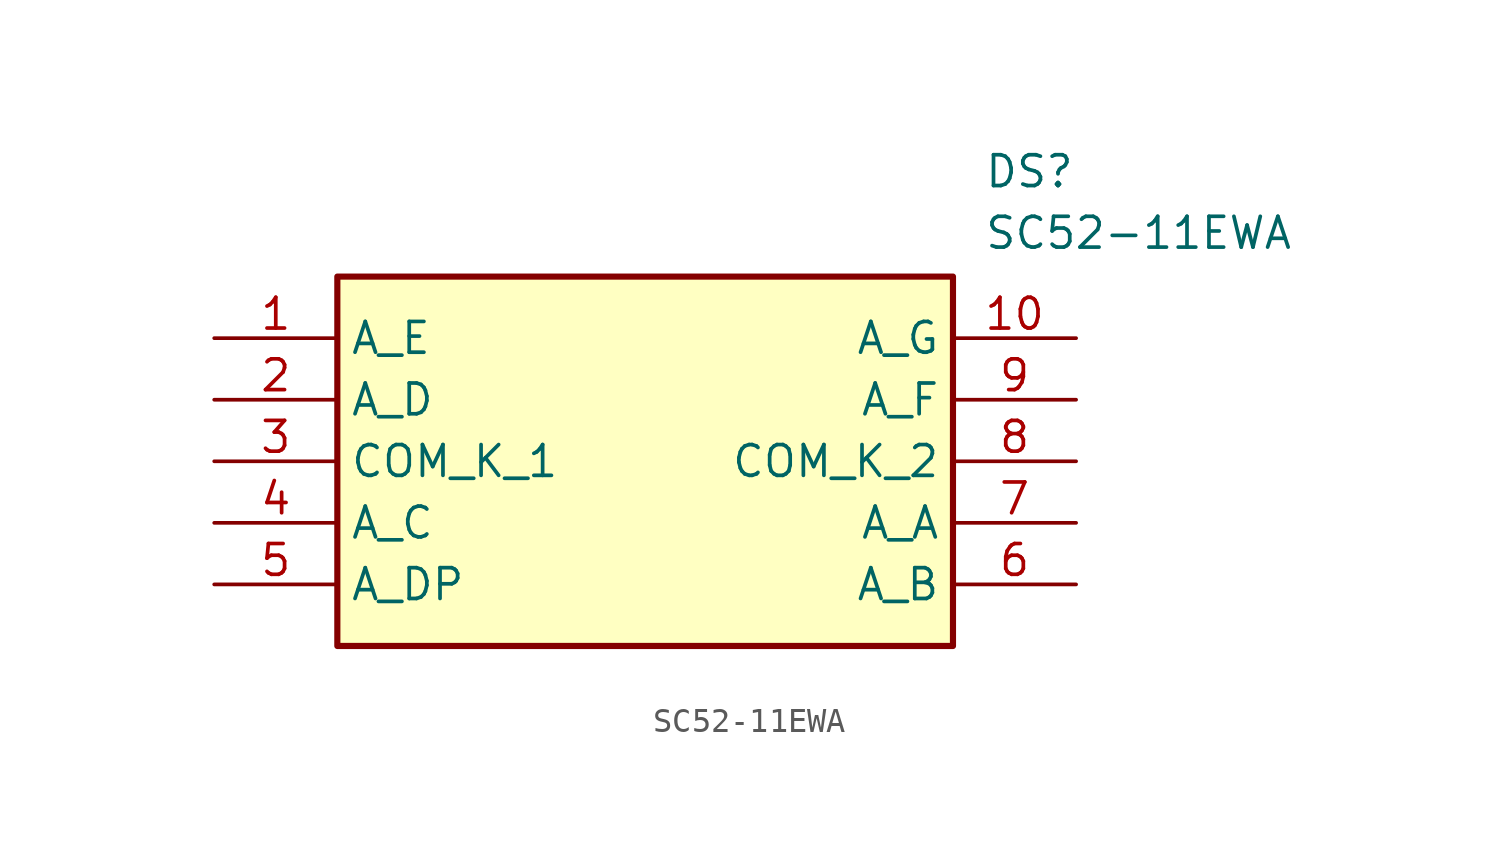
<source format=kicad_sym>
(kicad_symbol_lib
  (version 20220914)
  (generator SamacSys_ECAD_Model)
  (symbol "SC52-11EWA"
    (property "Reference" "DS"
      (at 31.75 7.62 0)
      (effects (font (size 1.27 1.27)) (justify left top)))
    (property "Value" "SC52-11EWA"
      (at 31.75 5.08 0)
      (effects (font (size 1.27 1.27)) (justify left top)))
    (rectangle
      (start 5.08 2.54)
      (end 30.48 -12.7)
      (stroke (width 0.254) (type default))
      (fill (type background)))
    (pin passive line
      (at 0 0 0)
      (length 5.08)
      (name "A_E" (effects (font (size 1.27 1.27))))
      (number "1" (effects (font (size 1.27 1.27)))))
    (pin passive line
      (at 0 -2.54 0)
      (length 5.08)
      (name "A_D" (effects (font (size 1.27 1.27))))
      (number "2" (effects (font (size 1.27 1.27)))))
    (pin passive line
      (at 0 -5.08 0)
      (length 5.08)
      (name "COM_K_1" (effects (font (size 1.27 1.27))))
      (number "3" (effects (font (size 1.27 1.27)))))
    (pin passive line
      (at 0 -7.62 0)
      (length 5.08)
      (name "A_C" (effects (font (size 1.27 1.27))))
      (number "4" (effects (font (size 1.27 1.27)))))
    (pin passive line
      (at 0 -10.16 0)
      (length 5.08)
      (name "A_DP" (effects (font (size 1.27 1.27))))
      (number "5" (effects (font (size 1.27 1.27)))))
    (pin passive line
      (at 35.56 -10.16 180)
      (length 5.08)
      (name "A_B" (effects (font (size 1.27 1.27))))
      (number "6" (effects (font (size 1.27 1.27)))))
    (pin passive line
      (at 35.56 -7.62 180)
      (length 5.08)
      (name "A_A" (effects (font (size 1.27 1.27))))
      (number "7" (effects (font (size 1.27 1.27)))))
    (pin passive line
      (at 35.56 -5.08 180)
      (length 5.08)
      (name "COM_K_2" (effects (font (size 1.27 1.27))))
      (number "8" (effects (font (size 1.27 1.27)))))
    (pin passive line
      (at 35.56 -2.54 180)
      (length 5.08)
      (name "A_F" (effects (font (size 1.27 1.27))))
      (number "9" (effects (font (size 1.27 1.27)))))
    (pin passive line
      (at 35.56 0 180)
      (length 5.08)
      (name "A_G" (effects (font (size 1.27 1.27))))
      (number "10" (effects (font (size 1.27 1.27)))))))
</source>
